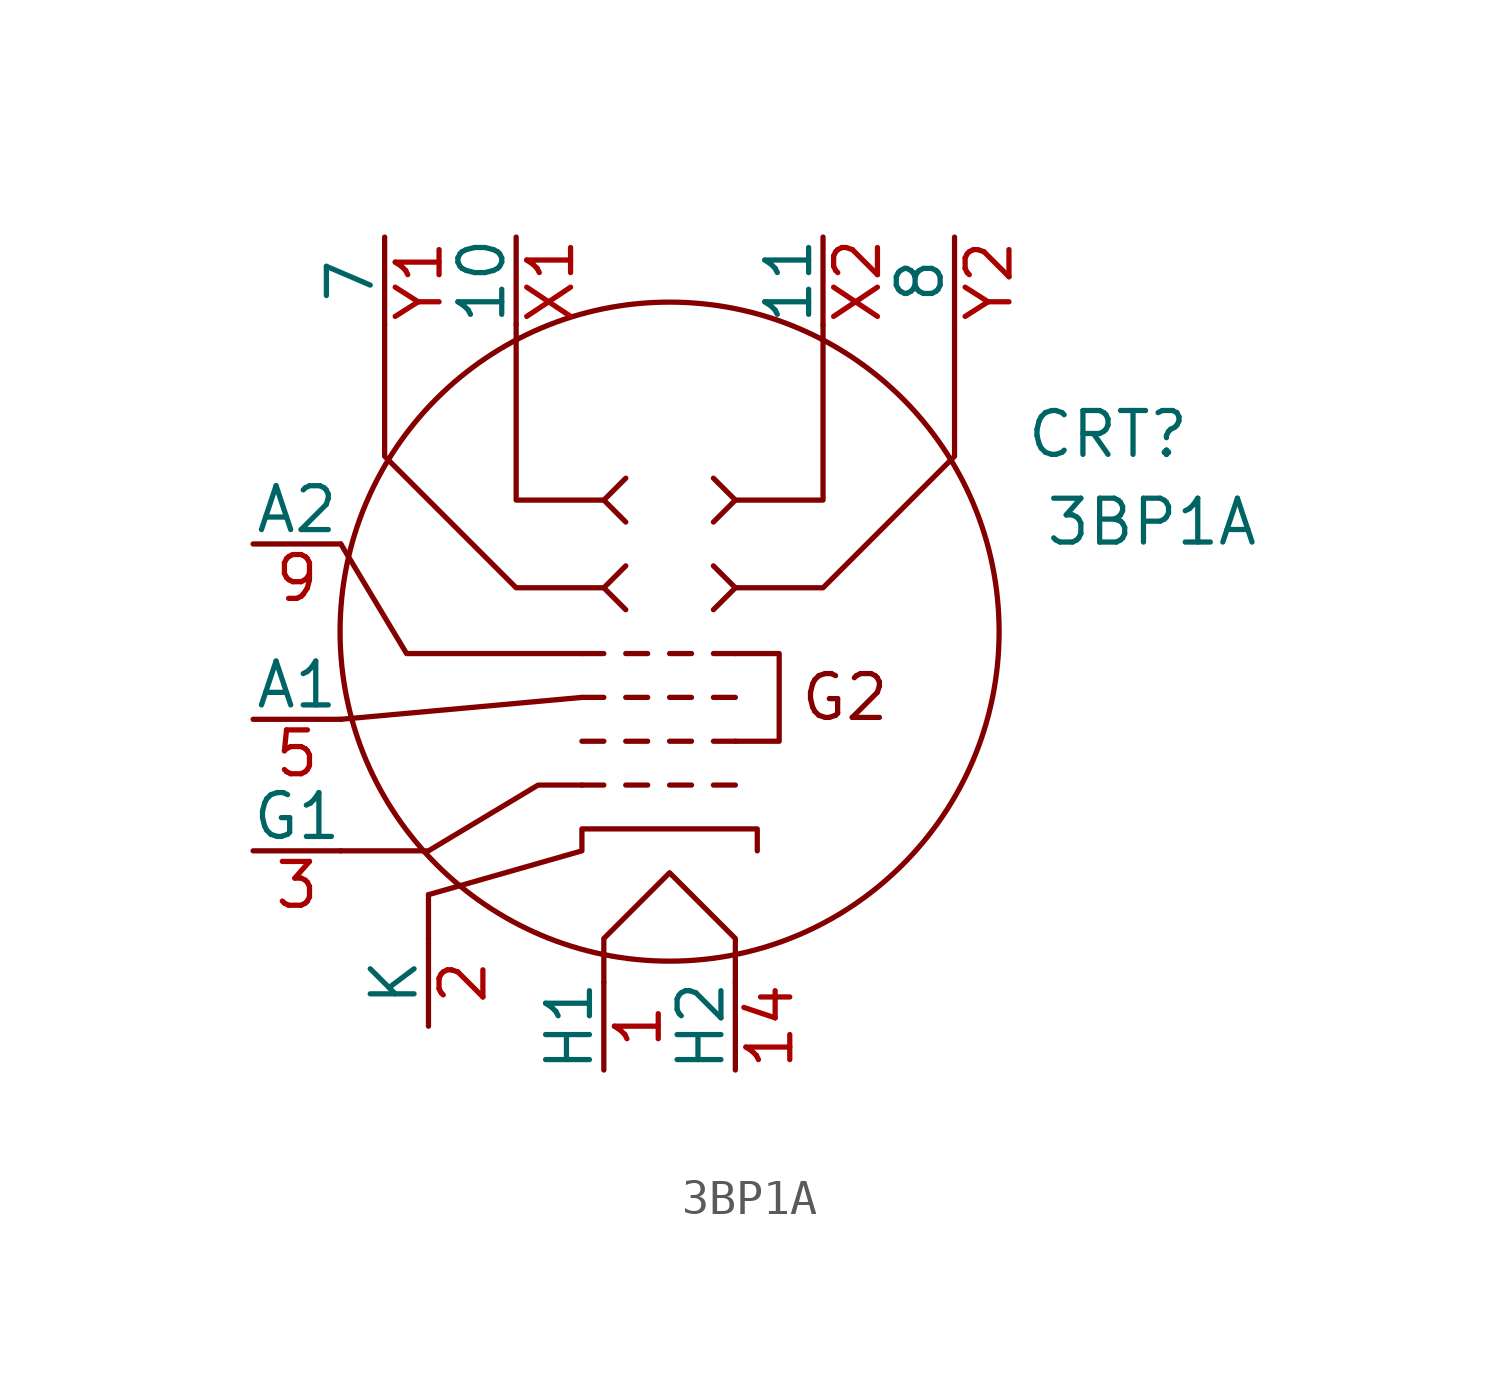
<source format=kicad_sym>
(kicad_symbol_lib
  (version 20211014)
  (generator kicad_symbol_editor)
  (symbol "3BP1A"
    (pin_names
      (offset 0))
    (property "Reference" "CRT"
      (at 14.605 18.415 0)
      (effects (font (size 1.27 1.27))))
    (property "Value" "3BP1A"
      (at 15.875 15.875 0)
      (effects (font (size 1.27 1.27))))
    (symbol "3BP1A_0_0"
      (polyline (pts (xy -7.62 10.16) (xy -0.635 10.795)) (stroke (width 0) (type default) (color 0 0 0 0)) (fill (type none)))
      (polyline (pts (xy -5.08 3.81) (xy -5.08 5.08)) (stroke (width 0) (type default) (color 0 0 0 0)) (fill (type none)))
      (polyline (pts (xy -7.62 15.24) (xy -5.715 12.065) (xy -0.635 12.065)) (stroke (width 0) (type default) (color 0 0 0 0)) (fill (type none)))
      (polyline (pts (xy -2.54 21.59) (xy -2.54 16.51) (xy 0 16.51)) (stroke (width 0) (type default) (color 0 0 0 0)) (fill (type none)))
      (polyline (pts (xy 3.81 16.51) (xy 6.35 16.51) (xy 6.35 21.59)) (stroke (width 0) (type default) (color 0 0 0 0)) (fill (type none)))
      (polyline (pts (xy -7.62 6.35) (xy -5.08 6.35) (xy -1.905 8.255) (xy -0.635 8.255)) (stroke (width 0) (type default) (color 0 0 0 0)) (fill (type none)))
      (polyline (pts (xy -6.35 21.59) (xy -6.35 17.78) (xy -2.54 13.97) (xy 0 13.97)) (stroke (width 0) (type default) (color 0 0 0 0)) (fill (type none)))
      (polyline (pts (xy 3.81 13.97) (xy 6.35 13.97) (xy 10.16 17.78) (xy 10.16 21.59)) (stroke (width 0) (type default) (color 0 0 0 0)) (fill (type none)))
      (text "G2" (at 6.985 10.795 0) (effects (font (size 1.27 1.27)))))
    (symbol "3BP1A_0_1"
      (polyline (pts (xy -0.635 8.255) (xy 0 8.255)) (stroke (width 0) (type default) (color 0 0 0 0)) (fill (type none)))
      (polyline (pts (xy -0.635 9.525) (xy 0 9.525)) (stroke (width 0) (type default) (color 0 0 0 0)) (fill (type none)))
      (polyline (pts (xy -0.635 10.795) (xy 0 10.795)) (stroke (width 0) (type default) (color 0 0 0 0)) (fill (type none)))
      (polyline (pts (xy -0.635 12.065) (xy 0 12.065)) (stroke (width 0) (type default) (color 0 0 0 0)) (fill (type none)))
      (polyline (pts (xy 0.635 8.255) (xy 1.27 8.255)) (stroke (width 0) (type default) (color 0 0 0 0)) (fill (type none)))
      (polyline (pts (xy 0.635 9.525) (xy 1.27 9.525)) (stroke (width 0) (type default) (color 0 0 0 0)) (fill (type none)))
      (polyline (pts (xy 0.635 10.795) (xy 1.27 10.795)) (stroke (width 0) (type default) (color 0 0 0 0)) (fill (type none)))
      (polyline (pts (xy 0.635 12.065) (xy 1.27 12.065)) (stroke (width 0) (type default) (color 0 0 0 0)) (fill (type none)))
      (polyline (pts (xy 1.905 8.255) (xy 2.54 8.255)) (stroke (width 0) (type default) (color 0 0 0 0)) (fill (type none)))
      (polyline (pts (xy 1.905 9.525) (xy 2.54 9.525)) (stroke (width 0) (type default) (color 0 0 0 0)) (fill (type none)))
      (polyline (pts (xy 1.905 10.795) (xy 2.54 10.795)) (stroke (width 0) (type default) (color 0 0 0 0)) (fill (type none)))
      (polyline (pts (xy 1.905 12.065) (xy 2.54 12.065)) (stroke (width 0) (type default) (color 0 0 0 0)) (fill (type none)))
      (polyline (pts (xy 3.175 8.255) (xy 3.81 8.255)) (stroke (width 0) (type default) (color 0 0 0 0)) (fill (type none)))
      (polyline (pts (xy 3.175 9.525) (xy 3.81 9.525)) (stroke (width 0) (type default) (color 0 0 0 0)) (fill (type none)))
      (polyline (pts (xy 3.175 10.795) (xy 3.81 10.795)) (stroke (width 0) (type default) (color 0 0 0 0)) (fill (type none)))
      (polyline (pts (xy 3.175 12.065) (xy 3.81 12.065)) (stroke (width 0) (type default) (color 0 0 0 0)) (fill (type none)))
      (polyline (pts (xy 0.635 14.605) (xy 0 13.97) (xy 0.635 13.335)) (stroke (width 0) (type default) (color 0 0 0 0)) (fill (type none)))
      (polyline (pts (xy 0.635 17.145) (xy 0 16.51) (xy 0.635 15.875)) (stroke (width 0) (type default) (color 0 0 0 0)) (fill (type none)))
      (polyline (pts (xy 3.175 14.605) (xy 3.81 13.97) (xy 3.175 13.335)) (stroke (width 0) (type default) (color 0 0 0 0)) (fill (type none)))
      (polyline (pts (xy 3.175 17.145) (xy 3.81 16.51) (xy 3.175 15.875)) (stroke (width 0) (type default) (color 0 0 0 0)) (fill (type none)))
      (polyline (pts (xy 3.81 9.525) (xy 5.08 9.525) (xy 5.08 12.065) (xy 3.81 12.065)) (stroke (width 0) (type default) (color 0 0 0 0)) (fill (type none)))
      (polyline (pts (xy -5.08 5.08) (xy -0.635 6.35) (xy -0.635 6.985) (xy 4.445 6.985) (xy 4.445 6.35)) (stroke (width 0) (type default) (color 0 0 0 0)) (fill (type none)))
      (polyline (pts (xy 0 2.54) (xy 0 3.81) (xy 1.905 5.715) (xy 3.81 3.81) (xy 3.81 2.54)) (stroke (width 0) (type default) (color 0 0 0 0)) (fill (type none)))
      (circle (center 1.905 12.7) (radius 9.546) (stroke (width 0) (type default) (color 0 0 0 0)) (fill (type none))))
    (symbol "3BP1A_1_1"
      (pin passive line (at 0 0 90) (length 2.54) (name "H1" (effects (font (size 1.27 1.27)))) (number "1" (effects (font (size 1.27 1.27)))))
      (pin passive line (at 3.81 0 90) (length 2.54) (name "H2" (effects (font (size 1.27 1.27)))) (number "14" (effects (font (size 1.27 1.27)))))
      (pin passive line (at -5.08 1.27 90) (length 2.54) (name "K" (effects (font (size 1.27 1.27)))) (number "2" (effects (font (size 1.27 1.27)))))
      (pin passive line (at -10.16 6.35 0) (length 2.54) (name "G1" (effects (font (size 1.27 1.27)))) (number "3" (effects (font (size 1.27 1.27)))))
      (pin passive line (at -10.16 10.16 0) (length 2.54) (name "A1" (effects (font (size 1.27 1.27)))) (number "5" (effects (font (size 1.27 1.27)))))
      (pin passive line (at -10.16 15.24 0) (length 2.54) (name "A2" (effects (font (size 1.27 1.27)))) (number "9" (effects (font (size 1.27 1.27)))))
      (pin passive line (at -2.54 24.13 270) (length 2.54) (name "10" (effects (font (size 1.27 1.27)))) (number "X1" (effects (font (size 1.27 1.27)))))
      (pin passive line (at 6.35 24.13 270) (length 2.54) (name "11" (effects (font (size 1.27 1.27)))) (number "X2" (effects (font (size 1.27 1.27)))))
      (pin passive line (at -6.35 24.13 270) (length 2.54) (name "7" (effects (font (size 1.27 1.27)))) (number "Y1" (effects (font (size 1.27 1.27)))))
      (pin passive line (at 10.16 24.13 270) (length 2.54) (name "8" (effects (font (size 1.27 1.27)))) (number "Y2" (effects (font (size 1.27 1.27))))))))
</source>
